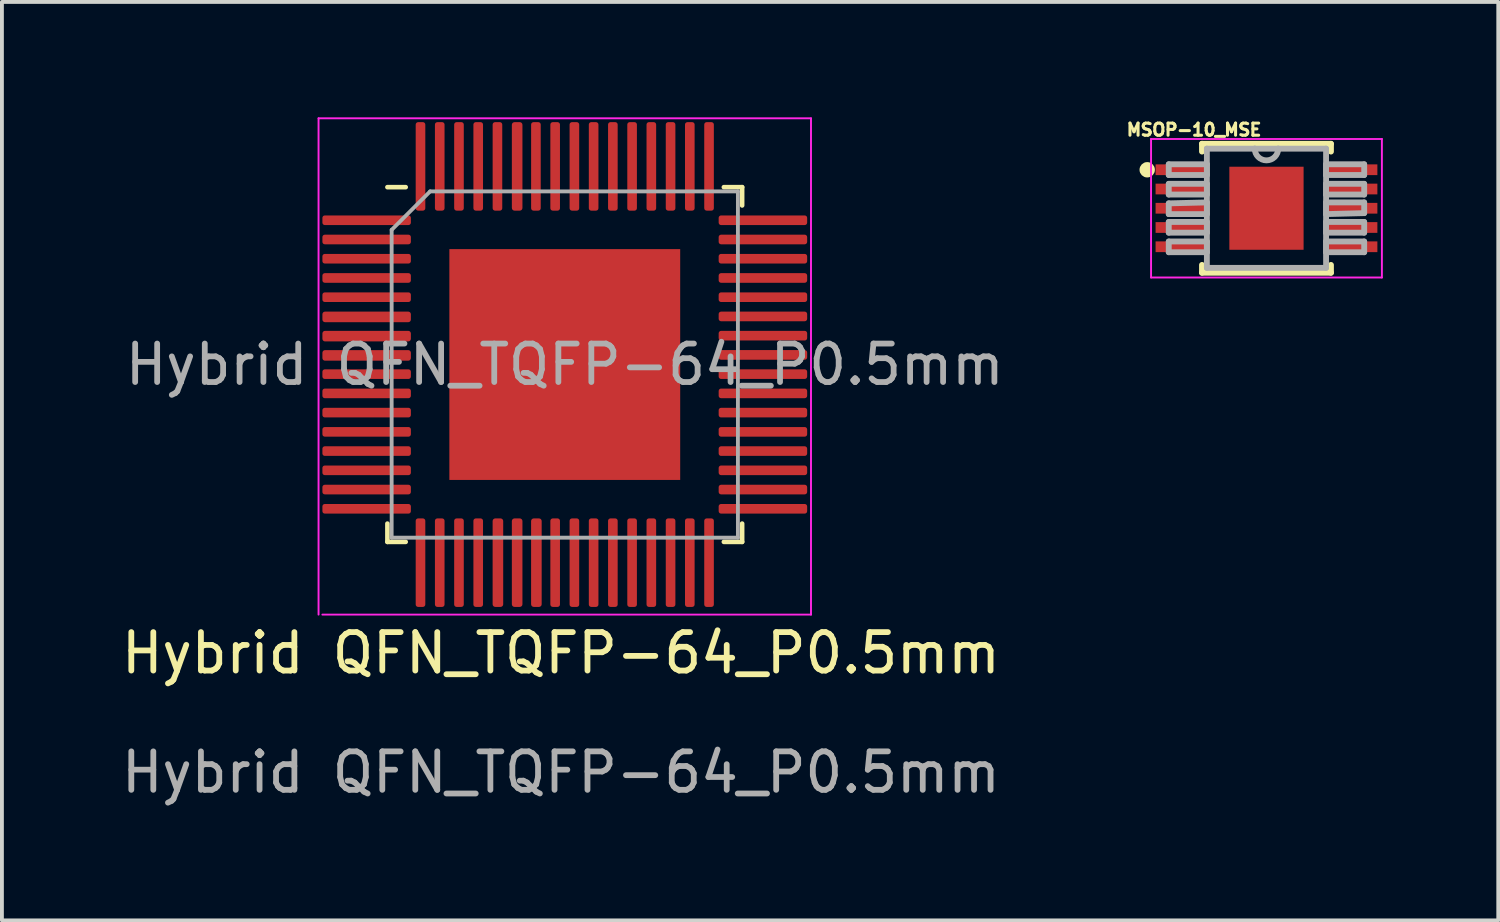
<source format=kicad_pcb>
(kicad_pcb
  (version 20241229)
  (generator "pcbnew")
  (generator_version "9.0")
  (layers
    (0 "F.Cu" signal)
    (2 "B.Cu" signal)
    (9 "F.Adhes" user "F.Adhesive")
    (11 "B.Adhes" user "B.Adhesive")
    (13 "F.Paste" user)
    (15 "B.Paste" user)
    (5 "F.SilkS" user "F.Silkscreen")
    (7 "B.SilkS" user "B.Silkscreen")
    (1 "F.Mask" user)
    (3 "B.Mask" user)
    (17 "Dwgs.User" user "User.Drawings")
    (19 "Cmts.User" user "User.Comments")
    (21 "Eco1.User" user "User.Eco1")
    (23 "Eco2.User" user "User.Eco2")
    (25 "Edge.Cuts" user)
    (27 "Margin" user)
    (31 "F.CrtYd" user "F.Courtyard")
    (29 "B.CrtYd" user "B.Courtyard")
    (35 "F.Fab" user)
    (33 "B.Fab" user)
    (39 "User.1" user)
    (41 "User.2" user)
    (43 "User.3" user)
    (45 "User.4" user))
  (footprint "MSOP-10_MSE"
    (layer "F.Cu")
    (at 29.869 2.363)
    (property "Reference" "MSOP-10_MSE" (at -1.883 -2.04 0) (layer "F.SilkS") (effects (font (size 0.315 0.315) (thickness 0.079))))
    (attr through_hole)
    (fp_line (start -1.676 -1.676) (end -1.676 -1.473) (stroke (width 0.152) (type solid)) (layer "F.SilkS"))
    (fp_line (start -1.676 1.473) (end -1.676 1.676) (stroke (width 0.152) (type solid)) (layer "F.SilkS"))
    (fp_line (start -1.676 1.676) (end 1.676 1.676) (stroke (width 0.152) (type solid)) (layer "F.SilkS"))
    (fp_line (start 1.676 -1.676) (end -1.676 -1.676) (stroke (width 0.152) (type solid)) (layer "F.SilkS"))
    (fp_line (start 1.676 -1.473) (end 1.676 -1.676) (stroke (width 0.152) (type solid)) (layer "F.SilkS"))
    (fp_line (start 1.676 1.676) (end 1.676 1.473) (stroke (width 0.152) (type solid)) (layer "F.SilkS"))
    (fp_circle (center -3.1 -1) (end -3 -1) (stroke (width 0.2) (type solid)) (fill no) (layer "F.SilkS"))
    (fp_poly (pts (xy -0.965 -1.079) (xy -0.965 1.079) (xy 0.965 1.079) (xy 0.965 -1.079)) (stroke (width 0.025) (type solid)) (fill yes) (layer "F.Paste"))
    (fp_line (start -3 -1.8) (end -3 1.8) (stroke (width 0.05) (type solid)) (layer "F.CrtYd"))
    (fp_line (start -3 1.8) (end 3 1.8) (stroke (width 0.05) (type solid)) (layer "F.CrtYd"))
    (fp_line (start 3 -1.8) (end -3 -1.8) (stroke (width 0.05) (type solid)) (layer "F.CrtYd"))
    (fp_line (start 3 1.8) (end 3 -1.8) (stroke (width 0.05) (type solid)) (layer "F.CrtYd"))
    (fp_line (start -2.54 -1.143) (end -2.54 -0.864) (stroke (width 0.152) (type solid)) (layer "F.Fab"))
    (fp_line (start -2.54 -0.864) (end -1.549 -0.864) (stroke (width 0.152) (type solid)) (layer "F.Fab"))
    (fp_line (start -2.54 -0.635) (end -2.54 -0.356) (stroke (width 0.152) (type solid)) (layer "F.Fab"))
    (fp_line (start -2.54 -0.356) (end -1.549 -0.356) (stroke (width 0.152) (type solid)) (layer "F.Fab"))
    (fp_line (start -2.54 -0.127) (end -2.54 0.152) (stroke (width 0.152) (type solid)) (layer "F.Fab"))
    (fp_line (start -2.54 0.152) (end -1.549 0.152) (stroke (width 0.152) (type solid)) (layer "F.Fab"))
    (fp_line (start -2.54 0.356) (end -2.54 0.635) (stroke (width 0.152) (type solid)) (layer "F.Fab"))
    (fp_line (start -2.54 0.635) (end -1.549 0.635) (stroke (width 0.152) (type solid)) (layer "F.Fab"))
    (fp_line (start -2.54 0.864) (end -2.54 1.143) (stroke (width 0.152) (type solid)) (layer "F.Fab"))
    (fp_line (start -2.54 1.143) (end -1.549 1.143) (stroke (width 0.152) (type solid)) (layer "F.Fab"))
    (fp_line (start -1.549 -1.549) (end -1.549 1.549) (stroke (width 0.152) (type solid)) (layer "F.Fab"))
    (fp_line (start -1.549 -1.143) (end -2.54 -1.143) (stroke (width 0.152) (type solid)) (layer "F.Fab"))
    (fp_line (start -1.549 -0.864) (end -1.549 -1.143) (stroke (width 0.152) (type solid)) (layer "F.Fab"))
    (fp_line (start -1.549 -0.635) (end -2.54 -0.635) (stroke (width 0.152) (type solid)) (layer "F.Fab"))
    (fp_line (start -1.549 -0.356) (end -1.549 -0.635) (stroke (width 0.152) (type solid)) (layer "F.Fab"))
    (fp_line (start -1.549 -0.152) (end -2.54 -0.127) (stroke (width 0.152) (type solid)) (layer "F.Fab"))
    (fp_line (start -1.549 0.152) (end -1.549 -0.152) (stroke (width 0.152) (type solid)) (layer "F.Fab"))
    (fp_line (start -1.549 0.356) (end -2.54 0.356) (stroke (width 0.152) (type solid)) (layer "F.Fab"))
    (fp_line (start -1.549 0.635) (end -1.549 0.356) (stroke (width 0.152) (type solid)) (layer "F.Fab"))
    (fp_line (start -1.549 0.864) (end -2.54 0.864) (stroke (width 0.152) (type solid)) (layer "F.Fab"))
    (fp_line (start -1.549 1.143) (end -1.549 0.864) (stroke (width 0.152) (type solid)) (layer "F.Fab"))
    (fp_line (start -1.549 1.549) (end 1.549 1.549) (stroke (width 0.152) (type solid)) (layer "F.Fab"))
    (fp_line (start -0.305 -1.549) (end -1.549 -1.549) (stroke (width 0.152) (type solid)) (layer "F.Fab"))
    (fp_line (start 0.305 -1.549) (end -0.305 -1.549) (stroke (width 0.152) (type solid)) (layer "F.Fab"))
    (fp_line (start 1.549 -1.549) (end 0.305 -1.549) (stroke (width 0.152) (type solid)) (layer "F.Fab"))
    (fp_line (start 1.549 -1.143) (end 1.549 -0.864) (stroke (width 0.152) (type solid)) (layer "F.Fab"))
    (fp_line (start 1.549 -0.864) (end 2.54 -0.864) (stroke (width 0.152) (type solid)) (layer "F.Fab"))
    (fp_line (start 1.549 -0.635) (end 1.549 -0.356) (stroke (width 0.152) (type solid)) (layer "F.Fab"))
    (fp_line (start 1.549 -0.356) (end 2.54 -0.356) (stroke (width 0.152) (type solid)) (layer "F.Fab"))
    (fp_line (start 1.549 -0.152) (end 1.549 0.152) (stroke (width 0.152) (type solid)) (layer "F.Fab"))
    (fp_line (start 1.549 0.152) (end 2.54 0.127) (stroke (width 0.152) (type solid)) (layer "F.Fab"))
    (fp_line (start 1.549 0.356) (end 1.549 0.635) (stroke (width 0.152) (type solid)) (layer "F.Fab"))
    (fp_line (start 1.549 0.635) (end 2.54 0.635) (stroke (width 0.152) (type solid)) (layer "F.Fab"))
    (fp_line (start 1.549 0.864) (end 1.549 1.143) (stroke (width 0.152) (type solid)) (layer "F.Fab"))
    (fp_line (start 1.549 1.143) (end 2.54 1.143) (stroke (width 0.152) (type solid)) (layer "F.Fab"))
    (fp_line (start 1.549 1.549) (end 1.549 -1.549) (stroke (width 0.152) (type solid)) (layer "F.Fab"))
    (fp_line (start 2.54 -1.143) (end 1.549 -1.143) (stroke (width 0.152) (type solid)) (layer "F.Fab"))
    (fp_line (start 2.54 -0.864) (end 2.54 -1.143) (stroke (width 0.152) (type solid)) (layer "F.Fab"))
    (fp_line (start 2.54 -0.635) (end 1.549 -0.635) (stroke (width 0.152) (type solid)) (layer "F.Fab"))
    (fp_line (start 2.54 -0.356) (end 2.54 -0.635) (stroke (width 0.152) (type solid)) (layer "F.Fab"))
    (fp_line (start 2.54 -0.152) (end 1.549 -0.152) (stroke (width 0.152) (type solid)) (layer "F.Fab"))
    (fp_line (start 2.54 0.127) (end 2.54 -0.152) (stroke (width 0.152) (type solid)) (layer "F.Fab"))
    (fp_line (start 2.54 0.356) (end 1.549 0.356) (stroke (width 0.152) (type solid)) (layer "F.Fab"))
    (fp_line (start 2.54 0.635) (end 2.54 0.356) (stroke (width 0.152) (type solid)) (layer "F.Fab"))
    (fp_line (start 2.54 0.864) (end 1.549 0.864) (stroke (width 0.152) (type solid)) (layer "F.Fab"))
    (fp_line (start 2.54 1.143) (end 2.54 0.864) (stroke (width 0.152) (type solid)) (layer "F.Fab"))
    (fp_arc (start 0.3048 -1.5494) (mid 0 -1.2446) (end -0.3048 -1.5494) (stroke (width 0.1524) (type solid)) (layer "F.Fab"))
    (pad "1" smd rect (at -2.184 -1.001) (size 1.397 0.279) (layers "F.Cu" "F.Mask" "F.Paste"))
    (pad "2" smd rect (at -2.184 -0.5) (size 1.397 0.279) (layers "F.Cu" "F.Mask" "F.Paste"))
    (pad "3" smd rect (at -2.184 0) (size 1.397 0.279) (layers "F.Cu" "F.Mask" "F.Paste"))
    (pad "4" smd rect (at -2.184 0.5) (size 1.397 0.279) (layers "F.Cu" "F.Mask" "F.Paste"))
    (pad "5" smd rect (at -2.184 1.001) (size 1.397 0.279) (layers "F.Cu" "F.Mask" "F.Paste"))
    (pad "6" smd rect (at 2.184 1.001) (size 1.397 0.279) (layers "F.Cu" "F.Mask" "F.Paste"))
    (pad "7" smd rect (at 2.184 0.5) (size 1.397 0.279) (layers "F.Cu" "F.Mask" "F.Paste"))
    (pad "8" smd rect (at 2.184 0) (size 1.397 0.279) (layers "F.Cu" "F.Mask" "F.Paste"))
    (pad "9" smd rect (at 2.184 -0.5) (size 1.397 0.279) (layers "F.Cu" "F.Mask" "F.Paste"))
    (pad "10" smd rect (at 2.184 -1.001) (size 1.397 0.279) (layers "F.Cu" "F.Mask" "F.Paste"))
    (pad "11" smd rect (at 0 0) (size 1.93 2.159) (layers "F.Cu" "F.Mask")))
  (footprint "Hybrid QFN_TQFP-64_P0.5mm"
    (layer "F.Cu")
    (at 11.63 6.425)
    (property "Reference" "Hybrid QFN_TQFP-64_P0.5mm" (at -0.1 7.5 0) (unlocked yes) (layer "F.SilkS") (effects (font (size 1 1) (thickness 0.15))))
    (attr smd)
    (fp_line (start -4.61 4.61) (end -4.61 4.135) (stroke (width 0.12) (type solid)) (layer "F.SilkS"))
    (fp_line (start -4.135 -4.61) (end -4.61 -4.61) (stroke (width 0.12) (type solid)) (layer "F.SilkS"))
    (fp_line (start -4.135 4.61) (end -4.61 4.61) (stroke (width 0.12) (type solid)) (layer "F.SilkS"))
    (fp_line (start 4.135 -4.61) (end 4.61 -4.61) (stroke (width 0.12) (type solid)) (layer "F.SilkS"))
    (fp_line (start 4.135 4.61) (end 4.61 4.61) (stroke (width 0.12) (type solid)) (layer "F.SilkS"))
    (fp_line (start 4.61 -4.61) (end 4.61 -4.135) (stroke (width 0.12) (type solid)) (layer "F.SilkS"))
    (fp_line (start 4.61 4.61) (end 4.61 4.135) (stroke (width 0.12) (type solid)) (layer "F.SilkS"))
    (fp_line (start -6.4 -6.4) (end -6.4 6.5) (stroke (width 0.05) (type solid)) (layer "F.CrtYd"))
    (fp_line (start 6.4 -6.4) (end -6.4 -6.4) (stroke (width 0.05) (type solid)) (layer "F.CrtYd"))
    (fp_line (start 6.4 -6.4) (end 6.4 6.5) (stroke (width 0.05) (type solid)) (layer "F.CrtYd"))
    (fp_line (start 6.4 6.5) (end -6.3 6.5) (stroke (width 0.05) (type solid)) (layer "F.CrtYd"))
    (fp_line (start -4.5 -3.5) (end -3.5 -4.5) (stroke (width 0.1) (type solid)) (layer "F.Fab"))
    (fp_line (start -4.5 4.5) (end -4.5 -3.5) (stroke (width 0.1) (type solid)) (layer "F.Fab"))
    (fp_line (start -3.5 -4.5) (end 4.5 -4.5) (stroke (width 0.1) (type solid)) (layer "F.Fab"))
    (fp_line (start 4.5 -4.5) (end 4.5 4.5) (stroke (width 0.1) (type solid)) (layer "F.Fab"))
    (fp_line (start 4.5 4.5) (end -4.5 4.5) (stroke (width 0.1) (type solid)) (layer "F.Fab"))
    (fp_text user "${REFERENCE}" (at 0 0 0) (layer "F.Fab") (effects (font (size 1 1) (thickness 0.15))))
    (fp_text user "${REFERENCE}" (at -0.1 10.6 0) (unlocked yes) (layer "F.Fab") (effects (font (size 1 1) (thickness 0.15))))
    (pad "" smd roundrect (at -2.25 -2.25) (size 1.21 1.21) (layers "F.Paste") (roundrect_rratio 0.207))
    (pad "" smd roundrect (at -2.25 -0.75) (size 1.21 1.21) (layers "F.Paste") (roundrect_rratio 0.207))
    (pad "" smd roundrect (at -2.25 0.75) (size 1.21 1.21) (layers "F.Paste") (roundrect_rratio 0.207))
    (pad "" smd roundrect (at -2.25 2.25) (size 1.21 1.21) (layers "F.Paste") (roundrect_rratio 0.207))
    (pad "" smd roundrect (at -0.75 -2.25) (size 1.21 1.21) (layers "F.Paste") (roundrect_rratio 0.207))
    (pad "" smd roundrect (at -0.75 -0.75) (size 1.21 1.21) (layers "F.Paste") (roundrect_rratio 0.207))
    (pad "" smd roundrect (at -0.75 0.75) (size 1.21 1.21) (layers "F.Paste") (roundrect_rratio 0.207))
    (pad "" smd roundrect (at -0.75 2.25) (size 1.21 1.21) (layers "F.Paste") (roundrect_rratio 0.207))
    (pad "" smd roundrect (at 0.75 -2.25) (size 1.21 1.21) (layers "F.Paste") (roundrect_rratio 0.207))
    (pad "" smd roundrect (at 0.75 -0.75) (size 1.21 1.21) (layers "F.Paste") (roundrect_rratio 0.207))
    (pad "" smd roundrect (at 0.75 0.75) (size 1.21 1.21) (layers "F.Paste") (roundrect_rratio 0.207))
    (pad "" smd roundrect (at 0.75 2.25) (size 1.21 1.21) (layers "F.Paste") (roundrect_rratio 0.207))
    (pad "" smd roundrect (at 2.25 -2.25) (size 1.21 1.21) (layers "F.Paste") (roundrect_rratio 0.207))
    (pad "" smd roundrect (at 2.25 -0.75) (size 1.21 1.21) (layers "F.Paste") (roundrect_rratio 0.207))
    (pad "" smd roundrect (at 2.25 0.75) (size 1.21 1.21) (layers "F.Paste") (roundrect_rratio 0.207))
    (pad "" smd roundrect (at 2.25 2.25) (size 1.21 1.21) (layers "F.Paste") (roundrect_rratio 0.207))
    (pad "1" smd roundrect (at -5.15 -3.75) (size 2.3 0.25) (layers "F.Cu" "F.Mask" "F.Paste") (roundrect_rratio 0.25))
    (pad "2" smd roundrect (at -5.15 -3.25) (size 2.3 0.25) (layers "F.Cu" "F.Mask" "F.Paste") (roundrect_rratio 0.25))
    (pad "3" smd roundrect (at -5.15 -2.75) (size 2.3 0.25) (layers "F.Cu" "F.Mask" "F.Paste") (roundrect_rratio 0.25))
    (pad "4" smd roundrect (at -5.15 -2.25) (size 2.3 0.25) (layers "F.Cu" "F.Mask" "F.Paste") (roundrect_rratio 0.25))
    (pad "5" smd roundrect (at -5.15 -1.75) (size 2.3 0.25) (layers "F.Cu" "F.Mask" "F.Paste") (roundrect_rratio 0.25))
    (pad "6" smd roundrect (at -5.15 -1.238) (size 2.3 0.275) (layers "F.Cu" "F.Mask" "F.Paste") (roundrect_rratio 0.25))
    (pad "7" smd roundrect (at -5.15 -0.738) (size 2.3 0.275) (layers "F.Cu" "F.Mask" "F.Paste") (roundrect_rratio 0.25))
    (pad "8" smd roundrect (at -5.15 -0.237) (size 2.3 0.275) (layers "F.Cu" "F.Mask" "F.Paste") (roundrect_rratio 0.25))
    (pad "9" smd roundrect (at -5.15 0.25) (size 2.3 0.25) (layers "F.Cu" "F.Mask" "F.Paste") (roundrect_rratio 0.25))
    (pad "10" smd roundrect (at -5.15 0.75) (size 2.3 0.25) (layers "F.Cu" "F.Mask" "F.Paste") (roundrect_rratio 0.25))
    (pad "11" smd roundrect (at -5.15 1.25) (size 2.3 0.25) (layers "F.Cu" "F.Mask" "F.Paste") (roundrect_rratio 0.25))
    (pad "12" smd roundrect (at -5.15 1.75) (size 2.3 0.25) (layers "F.Cu" "F.Mask" "F.Paste") (roundrect_rratio 0.25))
    (pad "13" smd roundrect (at -5.15 2.25) (size 2.3 0.25) (layers "F.Cu" "F.Mask" "F.Paste") (roundrect_rratio 0.25))
    (pad "14" smd roundrect (at -5.15 2.75) (size 2.3 0.25) (layers "F.Cu" "F.Mask" "F.Paste") (roundrect_rratio 0.25))
    (pad "15" smd roundrect (at -5.15 3.25) (size 2.3 0.25) (layers "F.Cu" "F.Mask" "F.Paste") (roundrect_rratio 0.25))
    (pad "16" smd roundrect (at -5.15 3.75) (size 2.3 0.25) (layers "F.Cu" "F.Mask" "F.Paste") (roundrect_rratio 0.25))
    (pad "17" smd roundrect (at -3.75 5.15) (size 0.25 2.3) (layers "F.Cu" "F.Mask" "F.Paste") (roundrect_rratio 0.25))
    (pad "18" smd roundrect (at -3.25 5.15) (size 0.25 2.3) (layers "F.Cu" "F.Mask" "F.Paste") (roundrect_rratio 0.25))
    (pad "19" smd roundrect (at -2.75 5.15) (size 0.25 2.3) (layers "F.Cu" "F.Mask" "F.Paste") (roundrect_rratio 0.25))
    (pad "20" smd roundrect (at -2.25 5.15) (size 0.25 2.3) (layers "F.Cu" "F.Mask" "F.Paste") (roundrect_rratio 0.25))
    (pad "21" smd roundrect (at -1.738 5.15) (size 0.275 2.3) (layers "F.Cu" "F.Mask" "F.Paste") (roundrect_rratio 0.25))
    (pad "22" smd roundrect (at -1.238 5.15) (size 0.275 2.3) (layers "F.Cu" "F.Mask" "F.Paste") (roundrect_rratio 0.25))
    (pad "23" smd roundrect (at -0.738 5.15) (size 0.275 2.3) (layers "F.Cu" "F.Mask" "F.Paste") (roundrect_rratio 0.25))
    (pad "24" smd roundrect (at -0.25 5.15) (size 0.25 2.3) (layers "F.Cu" "F.Mask" "F.Paste") (roundrect_rratio 0.25))
    (pad "25" smd roundrect (at 0.25 5.15) (size 0.25 2.3) (layers "F.Cu" "F.Mask" "F.Paste") (roundrect_rratio 0.25))
    (pad "26" smd roundrect (at 0.75 5.15) (size 0.25 2.3) (layers "F.Cu" "F.Mask" "F.Paste") (roundrect_rratio 0.25))
    (pad "27" smd roundrect (at 1.25 5.15) (size 0.25 2.3) (layers "F.Cu" "F.Mask" "F.Paste") (roundrect_rratio 0.25))
    (pad "28" smd roundrect (at 1.75 5.15) (size 0.25 2.3) (layers "F.Cu" "F.Mask" "F.Paste") (roundrect_rratio 0.25))
    (pad "29" smd roundrect (at 2.25 5.15) (size 0.25 2.3) (layers "F.Cu" "F.Mask" "F.Paste") (roundrect_rratio 0.25))
    (pad "30" smd roundrect (at 2.75 5.15) (size 0.25 2.3) (layers "F.Cu" "F.Mask" "F.Paste") (roundrect_rratio 0.25))
    (pad "31" smd roundrect (at 3.25 5.15) (size 0.25 2.3) (layers "F.Cu" "F.Mask" "F.Paste") (roundrect_rratio 0.25))
    (pad "32" smd roundrect (at 3.75 5.15) (size 0.25 2.3) (layers "F.Cu" "F.Mask" "F.Paste") (roundrect_rratio 0.25))
    (pad "33" smd roundrect (at 5.15 3.75) (size 2.3 0.25) (layers "F.Cu" "F.Mask" "F.Paste") (roundrect_rratio 0.25))
    (pad "34" smd roundrect (at 5.15 3.25) (size 2.3 0.25) (layers "F.Cu" "F.Mask" "F.Paste") (roundrect_rratio 0.25))
    (pad "35" smd roundrect (at 5.15 2.75) (size 2.3 0.25) (layers "F.Cu" "F.Mask" "F.Paste") (roundrect_rratio 0.25))
    (pad "36" smd roundrect (at 5.15 2.25) (size 2.3 0.25) (layers "F.Cu" "F.Mask" "F.Paste") (roundrect_rratio 0.25))
    (pad "37" smd roundrect (at 5.15 1.75) (size 2.3 0.25) (layers "F.Cu" "F.Mask" "F.Paste") (roundrect_rratio 0.25))
    (pad "38" smd roundrect (at 5.15 1.25) (size 2.3 0.25) (layers "F.Cu" "F.Mask" "F.Paste") (roundrect_rratio 0.25))
    (pad "39" smd roundrect (at 5.15 0.75) (size 2.3 0.25) (layers "F.Cu" "F.Mask" "F.Paste") (roundrect_rratio 0.25))
    (pad "40" smd roundrect (at 5.15 0.25) (size 2.3 0.25) (layers "F.Cu" "F.Mask" "F.Paste") (roundrect_rratio 0.25))
    (pad "41" smd roundrect (at 5.15 -0.25) (size 2.3 0.25) (layers "F.Cu" "F.Mask" "F.Paste") (roundrect_rratio 0.25))
    (pad "42" smd roundrect (at 5.15 -0.75) (size 2.3 0.25) (layers "F.Cu" "F.Mask" "F.Paste") (roundrect_rratio 0.25))
    (pad "43" smd roundrect (at 5.15 -1.25) (size 2.3 0.25) (layers "F.Cu" "F.Mask" "F.Paste") (roundrect_rratio 0.25))
    (pad "44" smd roundrect (at 5.15 -1.75) (size 2.3 0.25) (layers "F.Cu" "F.Mask" "F.Paste") (roundrect_rratio 0.25))
    (pad "45" smd roundrect (at 5.15 -2.25) (size 2.3 0.25) (layers "F.Cu" "F.Mask" "F.Paste") (roundrect_rratio 0.25))
    (pad "46" smd roundrect (at 5.15 -2.75) (size 2.3 0.25) (layers "F.Cu" "F.Mask" "F.Paste") (roundrect_rratio 0.25))
    (pad "47" smd roundrect (at 5.15 -3.25) (size 2.3 0.25) (layers "F.Cu" "F.Mask" "F.Paste") (roundrect_rratio 0.25))
    (pad "48" smd roundrect (at 5.15 -3.75) (size 2.3 0.25) (layers "F.Cu" "F.Mask" "F.Paste") (roundrect_rratio 0.25))
    (pad "49" smd roundrect (at 3.75 -5.15) (size 0.25 2.3) (layers "F.Cu" "F.Mask" "F.Paste") (roundrect_rratio 0.25))
    (pad "50" smd roundrect (at 3.25 -5.15) (size 0.25 2.3) (layers "F.Cu" "F.Mask" "F.Paste") (roundrect_rratio 0.25))
    (pad "51" smd roundrect (at 2.75 -5.15) (size 0.25 2.3) (layers "F.Cu" "F.Mask" "F.Paste") (roundrect_rratio 0.25))
    (pad "52" smd roundrect (at 2.25 -5.15) (size 0.25 2.3) (layers "F.Cu" "F.Mask" "F.Paste") (roundrect_rratio 0.25))
    (pad "53" smd roundrect (at 1.75 -5.15) (size 0.25 2.3) (layers "F.Cu" "F.Mask" "F.Paste") (roundrect_rratio 0.25))
    (pad "54" smd roundrect (at 1.25 -5.15) (size 0.25 2.3) (layers "F.Cu" "F.Mask" "F.Paste") (roundrect_rratio 0.25))
    (pad "55" smd roundrect (at 0.75 -5.15) (size 0.25 2.3) (layers "F.Cu" "F.Mask" "F.Paste") (roundrect_rratio 0.25))
    (pad "56" smd roundrect (at 0.25 -5.15) (size 0.25 2.3) (layers "F.Cu" "F.Mask" "F.Paste") (roundrect_rratio 0.25))
    (pad "57" smd roundrect (at -0.25 -5.15) (size 0.25 2.3) (layers "F.Cu" "F.Mask" "F.Paste") (roundrect_rratio 0.25))
    (pad "58" smd roundrect (at -0.75 -5.15) (size 0.25 2.3) (layers "F.Cu" "F.Mask" "F.Paste") (roundrect_rratio 0.25))
    (pad "59" smd roundrect (at -1.238 -5.15) (size 0.275 2.3) (layers "F.Cu" "F.Mask" "F.Paste") (roundrect_rratio 0.25))
    (pad "60" smd roundrect (at -1.75 -5.15) (size 0.25 2.3) (layers "F.Cu" "F.Mask" "F.Paste") (roundrect_rratio 0.25))
    (pad "61" smd roundrect (at -2.25 -5.15) (size 0.25 2.3) (layers "F.Cu" "F.Mask" "F.Paste") (roundrect_rratio 0.25))
    (pad "62" smd roundrect (at -2.75 -5.15) (size 0.25 2.3) (layers "F.Cu" "F.Mask" "F.Paste") (roundrect_rratio 0.25))
    (pad "63" smd roundrect (at -3.25 -5.15) (size 0.25 2.3) (layers "F.Cu" "F.Mask" "F.Paste") (roundrect_rratio 0.25))
    (pad "64" smd roundrect (at -3.75 -5.15) (size 0.25 2.3) (layers "F.Cu" "F.Mask" "F.Paste") (roundrect_rratio 0.25))
    (pad "65" smd rect (at 0 0) (size 6 6) (layers "F.Cu" "F.Mask")))
  (gr_rect
    (start -3 -3)
    (end 35.894 20.873)
    (stroke (width 0.1) (type default))
    (fill no)
    (layer "Edge.Cuts")))
</source>
